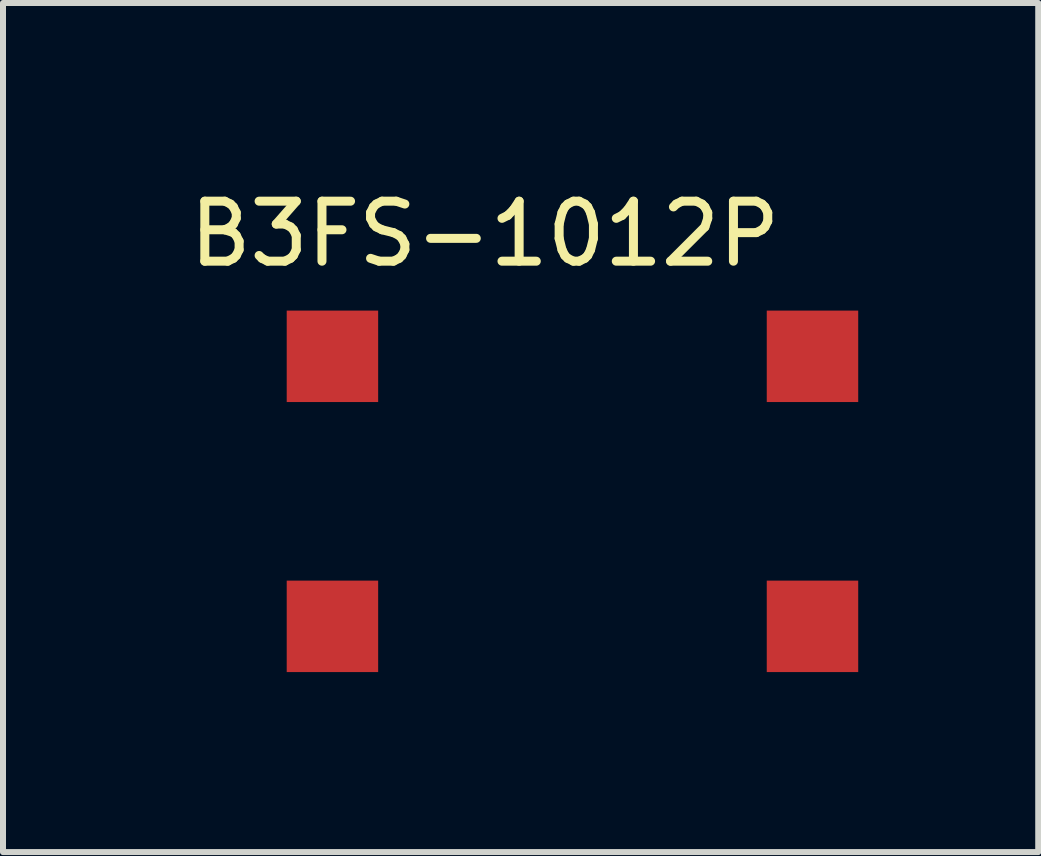
<source format=kicad_pcb>
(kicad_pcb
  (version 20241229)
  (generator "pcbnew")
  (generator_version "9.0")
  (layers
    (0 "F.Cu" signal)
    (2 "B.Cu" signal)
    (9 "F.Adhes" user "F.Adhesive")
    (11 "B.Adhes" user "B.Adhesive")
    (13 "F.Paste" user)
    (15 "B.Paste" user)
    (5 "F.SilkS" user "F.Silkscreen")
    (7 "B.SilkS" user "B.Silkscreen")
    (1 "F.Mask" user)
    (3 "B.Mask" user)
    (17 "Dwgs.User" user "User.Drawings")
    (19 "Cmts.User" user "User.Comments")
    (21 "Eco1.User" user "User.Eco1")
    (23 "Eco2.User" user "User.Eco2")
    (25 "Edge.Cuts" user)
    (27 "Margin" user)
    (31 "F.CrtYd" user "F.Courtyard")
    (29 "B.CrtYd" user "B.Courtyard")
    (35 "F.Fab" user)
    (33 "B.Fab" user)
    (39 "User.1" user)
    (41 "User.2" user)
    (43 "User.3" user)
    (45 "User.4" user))
  (footprint "B3FS-1012P"
    (layer "F.Cu")
    (at 5.03 0.348)
    (property "Reference" "B3FS-1012P" (at 0 0.5 0) (layer "F.SilkS") (effects (font (size 1 1) (thickness 0.15))))
    (attr through_hole)
    (pad "1" smd rect (at 5.46 7.04) (size 1.524 1.524) (layers "F.Cu" "F.Mask" "F.Paste"))
    (pad "2" smd rect (at -2.54 7.04) (size 1.524 1.524) (layers "F.Cu" "F.Mask" "F.Paste"))
    (pad "3" smd rect (at 5.46 2.54) (size 1.524 1.524) (layers "F.Cu" "F.Mask" "F.Paste"))
    (pad "4" smd rect (at -2.54 2.54) (size 1.524 1.524) (layers "F.Cu" "F.Mask" "F.Paste")))
  (gr_rect
    (start -3 -3)
    (end 14.252 11.15)
    (stroke (width 0.1) (type default))
    (fill no)
    (layer "Edge.Cuts")))
</source>
